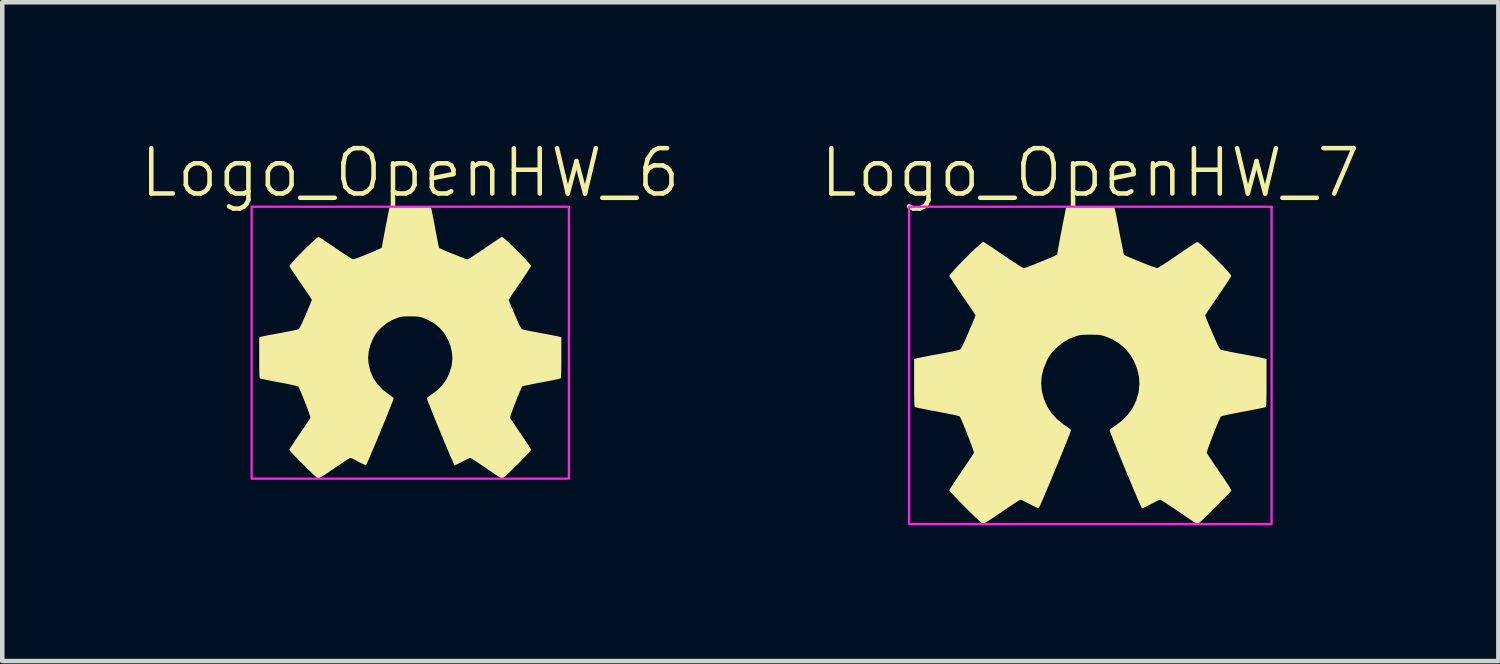
<source format=kicad_pcb>
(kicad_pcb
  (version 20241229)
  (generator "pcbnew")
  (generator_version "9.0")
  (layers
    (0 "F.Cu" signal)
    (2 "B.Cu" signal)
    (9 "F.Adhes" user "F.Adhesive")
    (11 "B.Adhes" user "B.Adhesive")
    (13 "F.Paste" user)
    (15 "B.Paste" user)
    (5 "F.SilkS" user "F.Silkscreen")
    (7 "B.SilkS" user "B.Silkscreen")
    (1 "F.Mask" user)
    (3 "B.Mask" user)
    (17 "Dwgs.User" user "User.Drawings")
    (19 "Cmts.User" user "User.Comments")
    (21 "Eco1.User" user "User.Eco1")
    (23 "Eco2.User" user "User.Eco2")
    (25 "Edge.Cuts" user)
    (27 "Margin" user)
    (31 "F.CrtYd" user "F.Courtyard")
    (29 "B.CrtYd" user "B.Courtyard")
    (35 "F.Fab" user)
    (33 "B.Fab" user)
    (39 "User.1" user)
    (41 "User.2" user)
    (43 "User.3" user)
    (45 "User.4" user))
  (footprint "Logo_OpenHW_6"
    (layer "F.Cu")
    (at 6.002 4.511)
    (property "Reference" "Logo_OpenHW_6" (at 0 -3.75 0) (unlocked yes) (layer "F.SilkS") (effects (font (size 1 1) (thickness 0.1))))
    (attr smd exclude_from_pos_files exclude_from_bom)
    (fp_poly (pts (xy 0.46 -2.972) (xy 0.465 -2.953) (xy 0.474 -2.912) (xy 0.486 -2.852) (xy 0.501 -2.777) (xy 0.518 -2.689) (xy 0.537 -2.592) (xy 0.55 -2.522) (xy 0.569 -2.421) (xy 0.586 -2.329) (xy 0.602 -2.247) (xy 0.616 -2.179) (xy 0.627 -2.129) (xy 0.635 -2.098) (xy 0.638 -2.09) (xy 0.654 -2.081) (xy 0.69 -2.064) (xy 0.741 -2.042) (xy 0.805 -2.015) (xy 0.877 -1.985) (xy 0.952 -1.955) (xy 1.027 -1.925) (xy 1.098 -1.897) (xy 1.161 -1.873) (xy 1.212 -1.854) (xy 1.247 -1.842) (xy 1.261 -1.839) (xy 1.278 -1.846) (xy 1.314 -1.866) (xy 1.366 -1.898) (xy 1.431 -1.94) (xy 1.508 -1.991) (xy 1.593 -2.048) (xy 1.644 -2.083) (xy 1.729 -2.142) (xy 1.808 -2.196) (xy 1.879 -2.243) (xy 1.938 -2.282) (xy 1.984 -2.312) (xy 2.013 -2.33) (xy 2.022 -2.334) (xy 2.038 -2.327) (xy 2.068 -2.304) (xy 2.111 -2.267) (xy 2.163 -2.22) (xy 2.223 -2.163) (xy 2.287 -2.101) (xy 2.354 -2.036) (xy 2.42 -1.969) (xy 2.483 -1.904) (xy 2.541 -1.843) (xy 2.59 -1.789) (xy 2.629 -1.745) (xy 2.655 -1.712) (xy 2.665 -1.693) (xy 2.665 -1.692) (xy 2.657 -1.676) (xy 2.636 -1.641) (xy 2.604 -1.591) (xy 2.562 -1.527) (xy 2.513 -1.454) (xy 2.458 -1.372) (xy 2.416 -1.311) (xy 2.358 -1.226) (xy 2.305 -1.148) (xy 2.258 -1.079) (xy 2.22 -1.022) (xy 2.192 -0.978) (xy 2.175 -0.952) (xy 2.171 -0.944) (xy 2.176 -0.931) (xy 2.189 -0.896) (xy 2.21 -0.845) (xy 2.238 -0.78) (xy 2.27 -0.704) (xy 2.304 -0.624) (xy 2.348 -0.522) (xy 2.383 -0.443) (xy 2.411 -0.383) (xy 2.434 -0.34) (xy 2.451 -0.313) (xy 2.464 -0.299) (xy 2.467 -0.297) (xy 2.486 -0.291) (xy 2.528 -0.281) (xy 2.588 -0.268) (xy 2.663 -0.253) (xy 2.75 -0.236) (xy 2.845 -0.218) (xy 2.886 -0.21) (xy 2.984 -0.193) (xy 3.074 -0.175) (xy 3.155 -0.16) (xy 3.221 -0.147) (xy 3.27 -0.136) (xy 3.299 -0.129) (xy 3.304 -0.128) (xy 3.333 -0.115) (xy 3.333 0.33) (xy 3.333 0.456) (xy 3.332 0.558) (xy 3.331 0.639) (xy 3.329 0.7) (xy 3.326 0.743) (xy 3.323 0.771) (xy 3.319 0.786) (xy 3.317 0.788) (xy 3.301 0.794) (xy 3.263 0.803) (xy 3.206 0.815) (xy 3.133 0.83) (xy 3.048 0.847) (xy 2.953 0.865) (xy 2.894 0.876) (xy 2.795 0.894) (xy 2.703 0.912) (xy 2.623 0.929) (xy 2.556 0.943) (xy 2.507 0.955) (xy 2.477 0.963) (xy 2.471 0.966) (xy 2.46 0.984) (xy 2.443 1.021) (xy 2.42 1.074) (xy 2.392 1.139) (xy 2.363 1.213) (xy 2.331 1.291) (xy 2.301 1.37) (xy 2.272 1.446) (xy 2.246 1.516) (xy 2.225 1.576) (xy 2.209 1.621) (xy 2.202 1.649) (xy 2.202 1.655) (xy 2.21 1.67) (xy 2.232 1.704) (xy 2.265 1.753) (xy 2.306 1.815) (xy 2.355 1.888) (xy 2.409 1.967) (xy 2.439 2.011) (xy 2.495 2.094) (xy 2.546 2.17) (xy 2.591 2.238) (xy 2.627 2.293) (xy 2.653 2.335) (xy 2.667 2.359) (xy 2.669 2.365) (xy 2.66 2.377) (xy 2.635 2.406) (xy 2.597 2.448) (xy 2.546 2.501) (xy 2.485 2.564) (xy 2.417 2.634) (xy 2.357 2.693) (xy 2.269 2.781) (xy 2.197 2.852) (xy 2.139 2.907) (xy 2.095 2.948) (xy 2.062 2.976) (xy 2.039 2.992) (xy 2.025 2.998) (xy 2.021 2.998) (xy 2.005 2.99) (xy 1.97 2.968) (xy 1.92 2.936) (xy 1.858 2.894) (xy 1.785 2.846) (xy 1.706 2.791) (xy 1.67 2.767) (xy 1.588 2.711) (xy 1.513 2.66) (xy 1.446 2.616) (xy 1.391 2.581) (xy 1.351 2.556) (xy 1.327 2.543) (xy 1.322 2.541) (xy 1.304 2.547) (xy 1.268 2.563) (xy 1.22 2.587) (xy 1.163 2.616) (xy 1.147 2.625) (xy 1.09 2.655) (xy 1.04 2.679) (xy 1.002 2.696) (xy 0.98 2.703) (xy 0.977 2.703) (xy 0.97 2.69) (xy 0.953 2.656) (xy 0.93 2.604) (xy 0.9 2.535) (xy 0.864 2.452) (xy 0.824 2.358) (xy 0.781 2.255) (xy 0.735 2.146) (xy 0.688 2.032) (xy 0.64 1.917) (xy 0.593 1.803) (xy 0.548 1.693) (xy 0.506 1.588) (xy 0.467 1.492) (xy 0.433 1.407) (xy 0.405 1.335) (xy 0.383 1.278) (xy 0.37 1.24) (xy 0.365 1.223) (xy 0.365 1.222) (xy 0.378 1.209) (xy 0.407 1.186) (xy 0.448 1.157) (xy 0.47 1.143) (xy 0.601 1.044) (xy 0.711 0.932) (xy 0.8 0.806) (xy 0.866 0.668) (xy 0.91 0.52) (xy 0.915 0.493) (xy 0.93 0.351) (xy 0.92 0.211) (xy 0.886 0.07) (xy 0.828 -0.075) (xy 0.822 -0.089) (xy 0.747 -0.212) (xy 0.653 -0.322) (xy 0.54 -0.417) (xy 0.413 -0.493) (xy 0.287 -0.546) (xy 0.244 -0.56) (xy 0.205 -0.569) (xy 0.166 -0.575) (xy 0.118 -0.579) (xy 0.057 -0.58) (xy 0 -0.58) (xy -0.076 -0.58) (xy -0.133 -0.578) (xy -0.178 -0.574) (xy -0.216 -0.567) (xy -0.255 -0.556) (xy -0.287 -0.546) (xy -0.406 -0.498) (xy -0.511 -0.436) (xy -0.612 -0.357) (xy -0.659 -0.313) (xy -0.712 -0.257) (xy -0.752 -0.209) (xy -0.785 -0.158) (xy -0.818 -0.096) (xy -0.822 -0.089) (xy -0.882 0.056) (xy -0.918 0.198) (xy -0.93 0.338) (xy -0.918 0.479) (xy -0.915 0.493) (xy -0.876 0.643) (xy -0.813 0.783) (xy -0.728 0.911) (xy -0.621 1.026) (xy -0.494 1.127) (xy -0.47 1.143) (xy -0.426 1.173) (xy -0.39 1.199) (xy -0.369 1.217) (xy -0.365 1.222) (xy -0.369 1.237) (xy -0.381 1.272) (xy -0.401 1.327) (xy -0.429 1.397) (xy -0.462 1.48) (xy -0.5 1.575) (xy -0.542 1.679) (xy -0.587 1.789) (xy -0.634 1.903) (xy -0.681 2.017) (xy -0.729 2.131) (xy -0.775 2.241) (xy -0.819 2.345) (xy -0.859 2.441) (xy -0.895 2.525) (xy -0.926 2.596) (xy -0.951 2.651) (xy -0.968 2.687) (xy -0.977 2.703) (xy -0.977 2.703) (xy -0.994 2.699) (xy -1.027 2.685) (xy -1.074 2.662) (xy -1.13 2.634) (xy -1.146 2.625) (xy -1.204 2.594) (xy -1.255 2.569) (xy -1.294 2.55) (xy -1.317 2.542) (xy -1.32 2.541) (xy -1.335 2.548) (xy -1.369 2.568) (xy -1.418 2.599) (xy -1.48 2.639) (xy -1.552 2.687) (xy -1.631 2.741) (xy -1.675 2.771) (xy -1.758 2.827) (xy -1.834 2.879) (xy -1.901 2.923) (xy -1.958 2.959) (xy -1.999 2.985) (xy -2.024 2.999) (xy -2.03 3.001) (xy -2.043 2.992) (xy -2.072 2.967) (xy -2.115 2.929) (xy -2.169 2.878) (xy -2.232 2.817) (xy -2.302 2.749) (xy -2.359 2.691) (xy -2.432 2.618) (xy -2.499 2.55) (xy -2.558 2.489) (xy -2.606 2.438) (xy -2.642 2.398) (xy -2.664 2.373) (xy -2.669 2.364) (xy -2.662 2.35) (xy -2.642 2.317) (xy -2.611 2.269) (xy -2.571 2.208) (xy -2.523 2.136) (xy -2.47 2.056) (xy -2.439 2.011) (xy -2.383 1.929) (xy -2.331 1.852) (xy -2.285 1.784) (xy -2.248 1.728) (xy -2.22 1.686) (xy -2.205 1.66) (xy -2.202 1.655) (xy -2.204 1.639) (xy -2.215 1.603) (xy -2.233 1.55) (xy -2.257 1.486) (xy -2.284 1.413) (xy -2.314 1.335) (xy -2.346 1.255) (xy -2.376 1.179) (xy -2.405 1.108) (xy -2.431 1.048) (xy -2.452 1.002) (xy -2.466 0.973) (xy -2.471 0.966) (xy -2.487 0.96) (xy -2.525 0.95) (xy -2.582 0.937) (xy -2.655 0.922) (xy -2.74 0.904) (xy -2.835 0.886) (xy -2.894 0.875) (xy -2.993 0.857) (xy -3.085 0.839) (xy -3.165 0.823) (xy -3.232 0.809) (xy -3.281 0.798) (xy -3.311 0.791) (xy -3.317 0.788) (xy -3.322 0.779) (xy -3.325 0.757) (xy -3.328 0.72) (xy -3.33 0.666) (xy -3.332 0.594) (xy -3.333 0.502) (xy -3.333 0.386) (xy -3.333 0.33) (xy -3.333 -0.115) (xy -3.304 -0.128) (xy -3.285 -0.133) (xy -3.244 -0.142) (xy -3.184 -0.154) (xy -3.109 -0.169) (xy -3.022 -0.185) (xy -2.927 -0.203) (xy -2.886 -0.21) (xy -2.788 -0.228) (xy -2.697 -0.246) (xy -2.617 -0.262) (xy -2.55 -0.276) (xy -2.501 -0.287) (xy -2.472 -0.295) (xy -2.467 -0.297) (xy -2.454 -0.308) (xy -2.438 -0.333) (xy -2.417 -0.372) (xy -2.39 -0.428) (xy -2.356 -0.503) (xy -2.314 -0.599) (xy -2.304 -0.624) (xy -2.268 -0.707) (xy -2.236 -0.783) (xy -2.209 -0.847) (xy -2.189 -0.898) (xy -2.175 -0.931) (xy -2.171 -0.944) (xy -2.178 -0.957) (xy -2.198 -0.988) (xy -2.229 -1.035) (xy -2.269 -1.095) (xy -2.317 -1.167) (xy -2.372 -1.247) (xy -2.415 -1.31) (xy -2.474 -1.396) (xy -2.527 -1.475) (xy -2.575 -1.546) (xy -2.614 -1.605) (xy -2.643 -1.651) (xy -2.661 -1.68) (xy -2.666 -1.69) (xy -2.659 -1.705) (xy -2.636 -1.736) (xy -2.599 -1.778) (xy -2.552 -1.831) (xy -2.495 -1.89) (xy -2.433 -1.955) (xy -2.368 -2.021) (xy -2.301 -2.088) (xy -2.236 -2.151) (xy -2.176 -2.208) (xy -2.122 -2.258) (xy -2.077 -2.297) (xy -2.044 -2.323) (xy -2.026 -2.333) (xy -2.024 -2.333) (xy -2.008 -2.325) (xy -1.973 -2.304) (xy -1.923 -2.272) (xy -1.86 -2.23) (xy -1.786 -2.181) (xy -1.704 -2.126) (xy -1.643 -2.084) (xy -1.553 -2.022) (xy -1.47 -1.967) (xy -1.398 -1.92) (xy -1.338 -1.882) (xy -1.293 -1.855) (xy -1.266 -1.841) (xy -1.259 -1.839) (xy -1.239 -1.844) (xy -1.2 -1.857) (xy -1.144 -1.877) (xy -1.077 -1.903) (xy -1.001 -1.933) (xy -0.965 -1.948) (xy -0.864 -1.99) (xy -0.784 -2.023) (xy -0.724 -2.049) (xy -0.68 -2.068) (xy -0.651 -2.083) (xy -0.634 -2.093) (xy -0.626 -2.1) (xy -0.626 -2.103) (xy -0.623 -2.121) (xy -0.617 -2.16) (xy -0.607 -2.217) (xy -0.594 -2.288) (xy -0.579 -2.37) (xy -0.562 -2.458) (xy -0.545 -2.55) (xy -0.527 -2.641) (xy -0.51 -2.727) (xy -0.495 -2.807) (xy -0.481 -2.874) (xy -0.47 -2.927) (xy -0.463 -2.961) (xy -0.46 -2.972) (xy -0.448 -3.001) (xy 0 -3.001) (xy 0.448 -3.001)) (stroke (width 0) (type solid)) (fill yes) (layer "F.SilkS"))
    (fp_rect (start -3.5 -3) (end 3.5 3) (stroke (width 0.05) (type default)) (fill no) (layer "F.CrtYd")))
  (footprint "Logo_OpenHW_7"
    (layer "F.Cu")
    (at 21.007 5.011)
    (property "Reference" "Logo_OpenHW_7" (at 0 -4.25 0) (unlocked yes) (layer "F.SilkS") (effects (font (size 1 1) (thickness 0.1))))
    (attr smd exclude_from_pos_files exclude_from_bom)
    (fp_poly (pts (xy 0.536 -3.467) (xy 0.542 -3.445) (xy 0.553 -3.397) (xy 0.567 -3.327) (xy 0.585 -3.239) (xy 0.605 -3.137) (xy 0.626 -3.023) (xy 0.641 -2.942) (xy 0.663 -2.825) (xy 0.684 -2.717) (xy 0.703 -2.621) (xy 0.719 -2.543) (xy 0.732 -2.483) (xy 0.741 -2.448) (xy 0.744 -2.438) (xy 0.763 -2.428) (xy 0.805 -2.408) (xy 0.865 -2.382) (xy 0.939 -2.351) (xy 1.023 -2.316) (xy 1.111 -2.28) (xy 1.198 -2.245) (xy 1.281 -2.213) (xy 1.355 -2.185) (xy 1.414 -2.163) (xy 1.455 -2.149) (xy 1.471 -2.145) (xy 1.491 -2.154) (xy 1.533 -2.177) (xy 1.593 -2.214) (xy 1.67 -2.264) (xy 1.759 -2.322) (xy 1.858 -2.39) (xy 1.918 -2.43) (xy 2.017 -2.499) (xy 2.109 -2.561) (xy 2.192 -2.617) (xy 2.261 -2.662) (xy 2.314 -2.697) (xy 2.348 -2.718) (xy 2.359 -2.723) (xy 2.377 -2.715) (xy 2.413 -2.688) (xy 2.462 -2.645) (xy 2.524 -2.589) (xy 2.593 -2.524) (xy 2.668 -2.451) (xy 2.746 -2.375) (xy 2.823 -2.297) (xy 2.897 -2.221) (xy 2.964 -2.15) (xy 3.022 -2.088) (xy 3.067 -2.035) (xy 3.098 -1.997) (xy 3.109 -1.976) (xy 3.109 -1.974) (xy 3.1 -1.955) (xy 3.075 -1.914) (xy 3.038 -1.856) (xy 2.989 -1.782) (xy 2.932 -1.696) (xy 2.867 -1.601) (xy 2.818 -1.529) (xy 2.75 -1.43) (xy 2.688 -1.339) (xy 2.634 -1.259) (xy 2.59 -1.192) (xy 2.557 -1.141) (xy 2.537 -1.111) (xy 2.533 -1.102) (xy 2.538 -1.086) (xy 2.554 -1.046) (xy 2.579 -0.986) (xy 2.61 -0.91) (xy 2.648 -0.821) (xy 2.688 -0.728) (xy 2.739 -0.609) (xy 2.78 -0.517) (xy 2.813 -0.447) (xy 2.839 -0.397) (xy 2.859 -0.365) (xy 2.874 -0.348) (xy 2.877 -0.346) (xy 2.9 -0.339) (xy 2.949 -0.328) (xy 3.019 -0.313) (xy 3.107 -0.295) (xy 3.208 -0.275) (xy 3.319 -0.254) (xy 3.367 -0.246) (xy 3.481 -0.225) (xy 3.587 -0.205) (xy 3.68 -0.187) (xy 3.758 -0.171) (xy 3.815 -0.159) (xy 3.849 -0.151) (xy 3.855 -0.149) (xy 3.888 -0.135) (xy 3.888 0.385) (xy 3.888 0.532) (xy 3.887 0.651) (xy 3.886 0.745) (xy 3.884 0.816) (xy 3.881 0.867) (xy 3.877 0.9) (xy 3.872 0.917) (xy 3.87 0.92) (xy 3.851 0.926) (xy 3.806 0.936) (xy 3.74 0.951) (xy 3.655 0.968) (xy 3.555 0.988) (xy 3.444 1.009) (xy 3.376 1.022) (xy 3.26 1.043) (xy 3.153 1.064) (xy 3.059 1.083) (xy 2.982 1.1) (xy 2.924 1.114) (xy 2.89 1.124) (xy 2.882 1.127) (xy 2.87 1.148) (xy 2.85 1.191) (xy 2.823 1.253) (xy 2.791 1.329) (xy 2.756 1.415) (xy 2.72 1.506) (xy 2.684 1.598) (xy 2.65 1.687) (xy 2.62 1.769) (xy 2.595 1.838) (xy 2.577 1.891) (xy 2.569 1.923) (xy 2.568 1.931) (xy 2.579 1.948) (xy 2.604 1.988) (xy 2.642 2.045) (xy 2.69 2.117) (xy 2.747 2.202) (xy 2.811 2.295) (xy 2.845 2.346) (xy 2.911 2.443) (xy 2.971 2.532) (xy 3.022 2.61) (xy 3.065 2.675) (xy 3.095 2.724) (xy 3.111 2.752) (xy 3.114 2.759) (xy 3.103 2.773) (xy 3.074 2.807) (xy 3.029 2.856) (xy 2.97 2.918) (xy 2.899 2.991) (xy 2.819 3.072) (xy 2.75 3.142) (xy 2.647 3.244) (xy 2.563 3.327) (xy 2.496 3.391) (xy 2.444 3.439) (xy 2.405 3.471) (xy 2.379 3.491) (xy 2.362 3.498) (xy 2.358 3.498) (xy 2.339 3.488) (xy 2.299 3.463) (xy 2.24 3.425) (xy 2.167 3.376) (xy 2.083 3.32) (xy 1.99 3.256) (xy 1.948 3.227) (xy 1.853 3.162) (xy 1.765 3.103) (xy 1.687 3.052) (xy 1.623 3.011) (xy 1.575 2.981) (xy 1.548 2.966) (xy 1.543 2.965) (xy 1.522 2.971) (xy 1.48 2.99) (xy 1.423 3.018) (xy 1.357 3.052) (xy 1.338 3.062) (xy 1.271 3.097) (xy 1.213 3.126) (xy 1.168 3.145) (xy 1.143 3.153) (xy 1.14 3.153) (xy 1.131 3.138) (xy 1.112 3.099) (xy 1.085 3.037) (xy 1.049 2.957) (xy 1.008 2.86) (xy 0.961 2.751) (xy 0.911 2.631) (xy 0.857 2.503) (xy 0.802 2.371) (xy 0.747 2.237) (xy 0.692 2.104) (xy 0.639 1.975) (xy 0.59 1.853) (xy 0.545 1.741) (xy 0.505 1.641) (xy 0.472 1.557) (xy 0.447 1.491) (xy 0.431 1.447) (xy 0.426 1.427) (xy 0.426 1.426) (xy 0.441 1.41) (xy 0.475 1.383) (xy 0.523 1.35) (xy 0.548 1.333) (xy 0.701 1.218) (xy 0.829 1.087) (xy 0.933 0.94) (xy 1.011 0.78) (xy 1.062 0.606) (xy 1.068 0.575) (xy 1.084 0.41) (xy 1.073 0.246) (xy 1.034 0.081) (xy 0.966 -0.088) (xy 0.958 -0.104) (xy 0.872 -0.247) (xy 0.761 -0.376) (xy 0.63 -0.486) (xy 0.482 -0.576) (xy 0.335 -0.637) (xy 0.284 -0.653) (xy 0.24 -0.664) (xy 0.193 -0.671) (xy 0.138 -0.675) (xy 0.066 -0.676) (xy 0 -0.677) (xy -0.089 -0.676) (xy -0.155 -0.674) (xy -0.207 -0.669) (xy -0.252 -0.661) (xy -0.298 -0.649) (xy -0.335 -0.637) (xy -0.473 -0.581) (xy -0.597 -0.509) (xy -0.714 -0.416) (xy -0.769 -0.365) (xy -0.831 -0.3) (xy -0.877 -0.244) (xy -0.916 -0.184) (xy -0.955 -0.112) (xy -0.958 -0.104) (xy -1.029 0.066) (xy -1.071 0.231) (xy -1.085 0.395) (xy -1.071 0.559) (xy -1.068 0.575) (xy -1.021 0.75) (xy -0.948 0.913) (xy -0.849 1.063) (xy -0.725 1.197) (xy -0.576 1.315) (xy -0.548 1.333) (xy -0.497 1.368) (xy -0.455 1.399) (xy -0.43 1.42) (xy -0.426 1.426) (xy -0.43 1.443) (xy -0.445 1.484) (xy -0.468 1.547) (xy -0.5 1.629) (xy -0.539 1.727) (xy -0.584 1.838) (xy -0.633 1.959) (xy -0.685 2.087) (xy -0.74 2.219) (xy -0.795 2.353) (xy -0.85 2.486) (xy -0.904 2.615) (xy -0.955 2.736) (xy -1.002 2.847) (xy -1.044 2.946) (xy -1.081 3.028) (xy -1.109 3.092) (xy -1.129 3.135) (xy -1.14 3.153) (xy -1.14 3.153) (xy -1.159 3.149) (xy -1.199 3.132) (xy -1.253 3.106) (xy -1.318 3.072) (xy -1.337 3.062) (xy -1.405 3.026) (xy -1.464 2.996) (xy -1.51 2.975) (xy -1.537 2.965) (xy -1.54 2.965) (xy -1.558 2.973) (xy -1.597 2.996) (xy -1.654 3.032) (xy -1.726 3.079) (xy -1.81 3.135) (xy -1.903 3.198) (xy -1.954 3.233) (xy -2.05 3.298) (xy -2.139 3.358) (xy -2.218 3.41) (xy -2.284 3.452) (xy -2.332 3.482) (xy -2.362 3.499) (xy -2.368 3.501) (xy -2.384 3.491) (xy -2.418 3.462) (xy -2.467 3.416) (xy -2.53 3.357) (xy -2.604 3.286) (xy -2.685 3.206) (xy -2.752 3.14) (xy -2.837 3.054) (xy -2.915 2.974) (xy -2.984 2.903) (xy -3.04 2.844) (xy -3.082 2.798) (xy -3.107 2.768) (xy -3.114 2.758) (xy -3.105 2.742) (xy -3.082 2.703) (xy -3.046 2.647) (xy -2.999 2.575) (xy -2.944 2.492) (xy -2.881 2.399) (xy -2.845 2.346) (xy -2.78 2.25) (xy -2.719 2.16) (xy -2.666 2.081) (xy -2.622 2.015) (xy -2.59 1.966) (xy -2.572 1.937) (xy -2.568 1.931) (xy -2.571 1.912) (xy -2.584 1.869) (xy -2.605 1.809) (xy -2.633 1.733) (xy -2.665 1.648) (xy -2.7 1.557) (xy -2.736 1.464) (xy -2.772 1.375) (xy -2.806 1.293) (xy -2.836 1.223) (xy -2.86 1.169) (xy -2.877 1.135) (xy -2.883 1.127) (xy -2.901 1.12) (xy -2.946 1.108) (xy -3.012 1.093) (xy -3.097 1.075) (xy -3.197 1.055) (xy -3.308 1.034) (xy -3.376 1.021) (xy -3.492 0.999) (xy -3.598 0.979) (xy -3.692 0.96) (xy -3.77 0.944) (xy -3.828 0.931) (xy -3.862 0.922) (xy -3.87 0.919) (xy -3.875 0.908) (xy -3.879 0.883) (xy -3.882 0.84) (xy -3.885 0.777) (xy -3.887 0.693) (xy -3.888 0.585) (xy -3.888 0.451) (xy -3.888 0.385) (xy -3.888 -0.135) (xy -3.855 -0.149) (xy -3.832 -0.155) (xy -3.784 -0.165) (xy -3.714 -0.18) (xy -3.627 -0.197) (xy -3.526 -0.216) (xy -3.415 -0.237) (xy -3.367 -0.245) (xy -3.253 -0.266) (xy -3.147 -0.287) (xy -3.053 -0.305) (xy -2.975 -0.322) (xy -2.918 -0.335) (xy -2.884 -0.344) (xy -2.877 -0.346) (xy -2.863 -0.36) (xy -2.844 -0.388) (xy -2.82 -0.434) (xy -2.788 -0.499) (xy -2.749 -0.587) (xy -2.7 -0.699) (xy -2.688 -0.728) (xy -2.646 -0.825) (xy -2.609 -0.913) (xy -2.578 -0.988) (xy -2.553 -1.047) (xy -2.538 -1.086) (xy -2.533 -1.101) (xy -2.541 -1.116) (xy -2.564 -1.152) (xy -2.6 -1.207) (xy -2.647 -1.278) (xy -2.703 -1.361) (xy -2.767 -1.454) (xy -2.818 -1.528) (xy -2.886 -1.628) (xy -2.948 -1.721) (xy -3.004 -1.803) (xy -3.049 -1.873) (xy -3.084 -1.926) (xy -3.105 -1.96) (xy -3.11 -1.971) (xy -3.102 -1.989) (xy -3.075 -2.025) (xy -3.032 -2.074) (xy -2.977 -2.136) (xy -2.911 -2.205) (xy -2.839 -2.28) (xy -2.762 -2.358) (xy -2.684 -2.435) (xy -2.609 -2.509) (xy -2.538 -2.576) (xy -2.475 -2.634) (xy -2.423 -2.68) (xy -2.385 -2.71) (xy -2.363 -2.722) (xy -2.361 -2.722) (xy -2.342 -2.713) (xy -2.302 -2.688) (xy -2.243 -2.65) (xy -2.169 -2.602) (xy -2.083 -2.544) (xy -1.988 -2.48) (xy -1.917 -2.431) (xy -1.812 -2.359) (xy -1.715 -2.295) (xy -1.631 -2.239) (xy -1.561 -2.195) (xy -1.509 -2.164) (xy -1.477 -2.148) (xy -1.469 -2.145) (xy -1.446 -2.151) (xy -1.4 -2.166) (xy -1.335 -2.19) (xy -1.256 -2.22) (xy -1.167 -2.255) (xy -1.125 -2.273) (xy -1.007 -2.321) (xy -0.915 -2.36) (xy -0.844 -2.39) (xy -0.793 -2.413) (xy -0.759 -2.43) (xy -0.739 -2.442) (xy -0.731 -2.45) (xy -0.73 -2.453) (xy -0.727 -2.474) (xy -0.72 -2.52) (xy -0.708 -2.587) (xy -0.693 -2.67) (xy -0.675 -2.765) (xy -0.656 -2.868) (xy -0.635 -2.974) (xy -0.615 -3.08) (xy -0.595 -3.182) (xy -0.577 -3.274) (xy -0.561 -3.353) (xy -0.549 -3.414) (xy -0.54 -3.454) (xy -0.536 -3.467) (xy -0.522 -3.501) (xy 0 -3.501) (xy 0.522 -3.501)) (stroke (width 0) (type solid)) (fill yes) (layer "F.SilkS"))
    (fp_rect (start -4 -3.5) (end 4 3.5) (stroke (width 0.05) (type default)) (fill no) (layer "F.CrtYd")))
  (gr_rect
    (start -3 -3)
    (end 30.01 11.536)
    (stroke (width 0.1) (type default))
    (fill no)
    (layer "Edge.Cuts")))
</source>
